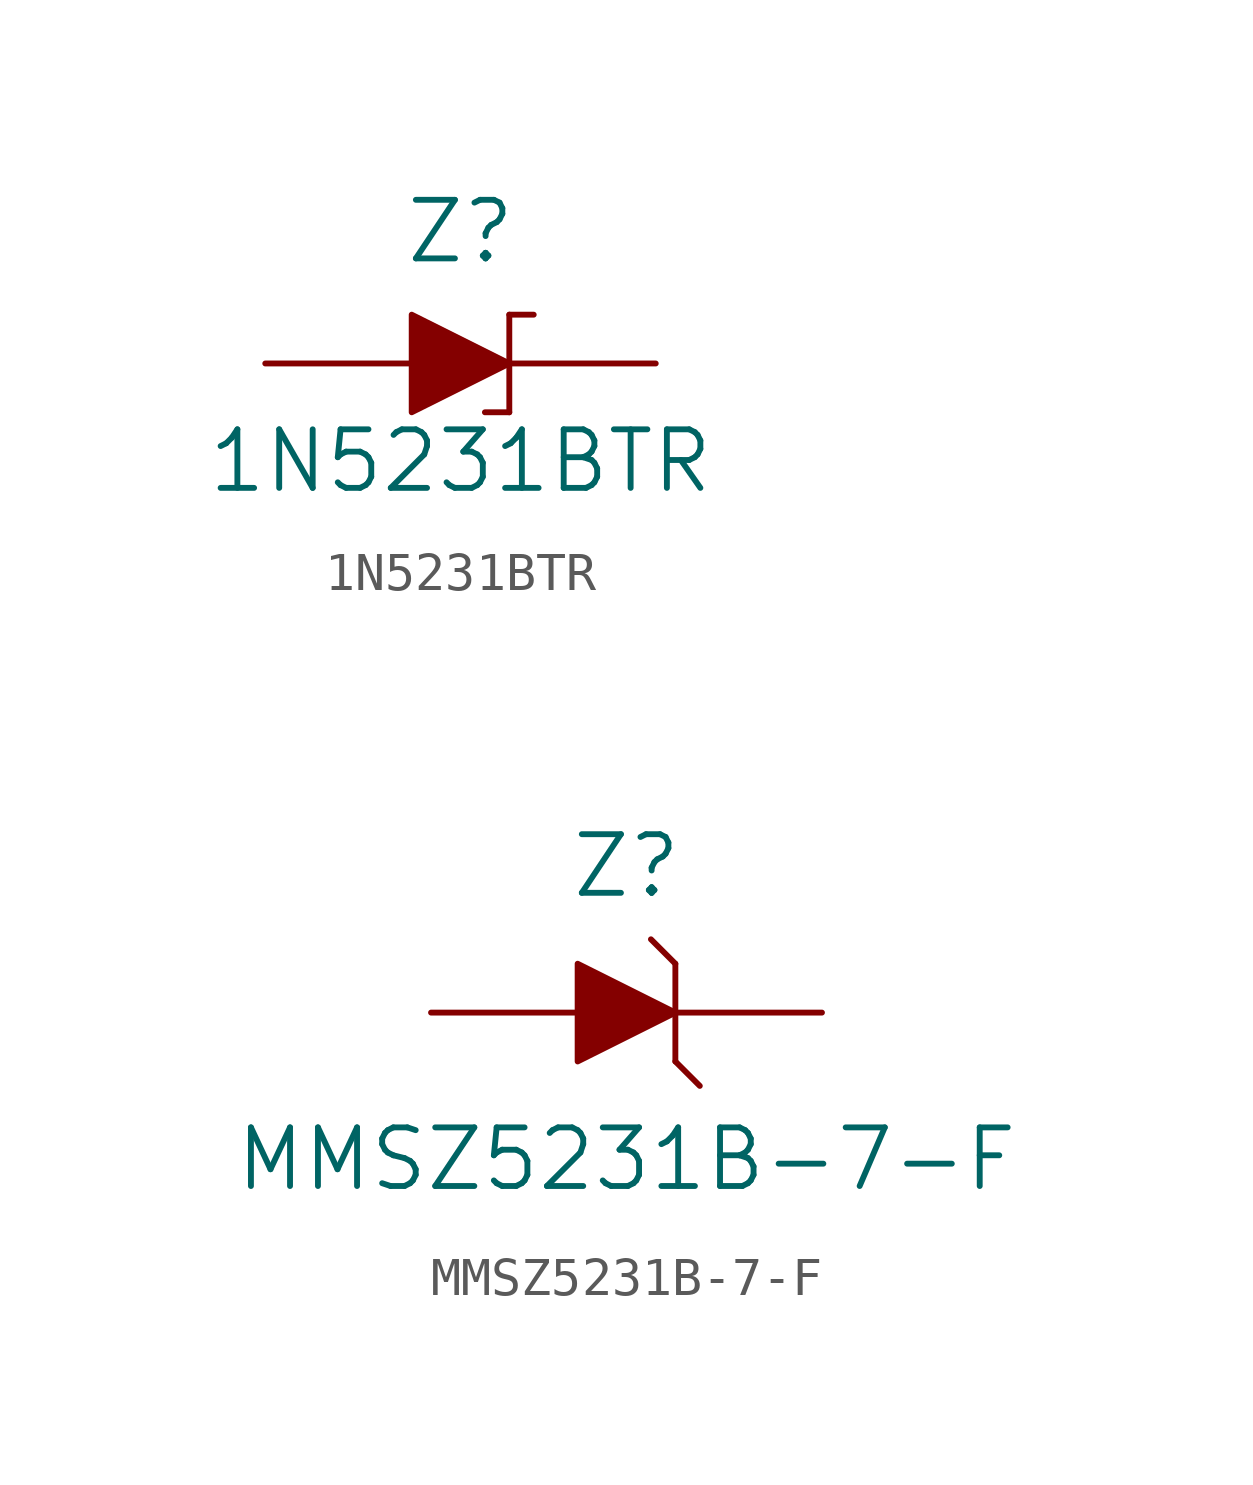
<source format=kicad_sym>
(kicad_symbol_lib
  (version 20211014)
  (generator kicad_symbol_editor)
  (symbol "1N5231BTR"
    (pin_numbers hide)
    (pin_names
      (offset 0) hide)
    (property "Reference" "Z"
      (at 0 2.54 0)
      (effects (font (size 1.524 1.524)) (justify bottom)))
    (property "Value" "1N5231BTR"
      (at 0 -2.54 0)
      (effects (font (size 1.524 1.524))))
    (symbol "1N5231BTR_0_1"
      (polyline (pts (xy 1.27 -1.27) (xy 0.635 -1.27)) (stroke (width 0) (type default) (color 0 0 0 0)) (fill (type none)))
      (polyline (pts (xy 1.27 1.27) (xy 1.27 -1.27)) (stroke (width 0) (type default) (color 0 0 0 0)) (fill (type none)))
      (polyline (pts (xy 1.27 1.27) (xy 1.905 1.27)) (stroke (width 0) (type default) (color 0 0 0 0)) (fill (type none)))
      (polyline (pts (xy -1.27 1.27) (xy -1.27 -1.27) (xy 1.27 0) (xy -1.27 1.27)) (stroke (width 0) (type default) (color 0 0 0 0)) (fill (type outline))))
    (symbol "1N5231BTR_1_1"
      (pin passive line (at -5.08 0 0) (length 3.81) (name "~" (effects (font (size 1.27 1.27)))) (number "A" (effects (font (size 1.27 1.27)))))
      (pin passive line (at 5.08 0 180) (length 3.81) (name "~" (effects (font (size 1.27 1.27)))) (number "K" (effects (font (size 1.27 1.27)))))))
  (symbol "MMSZ5231B-7-F"
    (pin_numbers hide)
    (pin_names
      (offset 0) hide)
    (property "Reference" "Z"
      (at 0 3.81 0)
      (effects (font (size 1.524 1.524))))
    (property "Value" "MMSZ5231B-7-F"
      (at 0 -3.81 0)
      (effects (font (size 1.524 1.524))))
    (symbol "MMSZ5231B-7-F_0_1"
      (polyline (pts (xy 1.27 -1.27) (xy 1.905 -1.905)) (stroke (width 0) (type default) (color 0 0 0 0)) (fill (type none)))
      (polyline (pts (xy 1.27 1.27) (xy 0.635 1.905)) (stroke (width 0) (type default) (color 0 0 0 0)) (fill (type none)))
      (polyline (pts (xy 1.27 1.27) (xy 1.27 -1.27)) (stroke (width 0) (type default) (color 0 0 0 0)) (fill (type none)))
      (polyline (pts (xy -1.27 1.27) (xy -1.27 -1.27) (xy 1.27 0) (xy -1.27 1.27)) (stroke (width 0) (type default) (color 0 0 0 0)) (fill (type outline))))
    (symbol "MMSZ5231B-7-F_1_1"
      (pin passive line (at -5.08 0 0) (length 3.81) (name "~" (effects (font (size 1.27 1.27)))) (number "A" (effects (font (size 1.27 1.27)))))
      (pin passive line (at 5.08 0 180) (length 3.81) (name "~" (effects (font (size 1.27 1.27)))) (number "K" (effects (font (size 1.27 1.27))))))))
</source>
